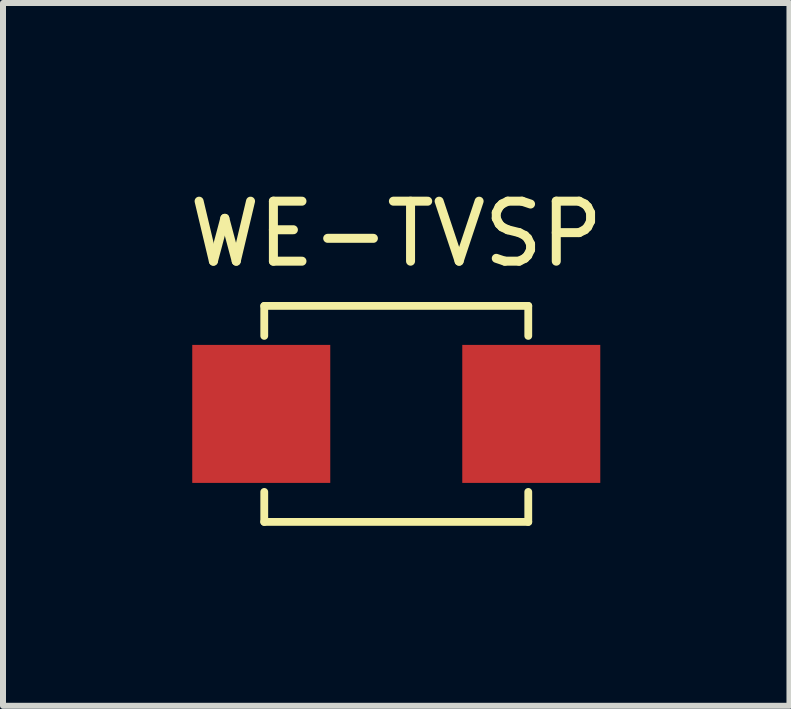
<source format=kicad_pcb>
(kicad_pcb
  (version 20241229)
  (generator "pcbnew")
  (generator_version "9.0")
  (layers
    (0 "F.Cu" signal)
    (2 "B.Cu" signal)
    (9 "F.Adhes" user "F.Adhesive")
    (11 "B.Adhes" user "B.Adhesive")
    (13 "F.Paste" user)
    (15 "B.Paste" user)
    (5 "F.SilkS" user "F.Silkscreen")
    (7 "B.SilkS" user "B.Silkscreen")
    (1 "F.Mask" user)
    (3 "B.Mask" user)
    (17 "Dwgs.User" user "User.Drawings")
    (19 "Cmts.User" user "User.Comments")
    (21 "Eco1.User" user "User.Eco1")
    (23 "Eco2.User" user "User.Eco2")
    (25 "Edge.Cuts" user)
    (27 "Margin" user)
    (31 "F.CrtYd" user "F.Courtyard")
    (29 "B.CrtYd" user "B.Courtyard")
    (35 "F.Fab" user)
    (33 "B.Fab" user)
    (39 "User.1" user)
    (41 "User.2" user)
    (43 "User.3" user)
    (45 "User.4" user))
  (footprint "WE-TVSP"
    (layer "F.Cu")
    (at 3.554 3.848)
    (property "Reference" "WE-TVSP" (at 0 -3 0) (layer "F.SilkS") (effects (font (size 1 1) (thickness 0.15))))
    (attr through_hole)
    (fp_line (start -2.2 -1.8) (end -2.2 -1.3) (stroke (width 0.13) (type solid)) (layer "F.SilkS"))
    (fp_line (start -2.2 -1.8) (end 2.2 -1.8) (stroke (width 0.13) (type solid)) (layer "F.SilkS"))
    (fp_line (start -2.2 1.8) (end -2.2 1.3) (stroke (width 0.13) (type solid)) (layer "F.SilkS"))
    (fp_line (start -2.2 1.8) (end 2.2 1.8) (stroke (width 0.13) (type solid)) (layer "F.SilkS"))
    (fp_line (start 2.2 -1.8) (end 2.2 -1.3) (stroke (width 0.13) (type solid)) (layer "F.SilkS"))
    (fp_line (start 2.2 1.8) (end 2.2 1.3) (stroke (width 0.13) (type solid)) (layer "F.SilkS"))
    (pad "1" smd rect (at -2.25 0) (size 2.3 2.3) (layers "F.Cu" "F.Mask" "F.Paste"))
    (pad "2" smd rect (at 2.25 0) (size 2.3 2.3) (layers "F.Cu" "F.Mask" "F.Paste")))
  (gr_rect
    (start -3 -3)
    (end 10.107 8.713)
    (stroke (width 0.1) (type default))
    (fill no)
    (layer "Edge.Cuts")))
</source>
